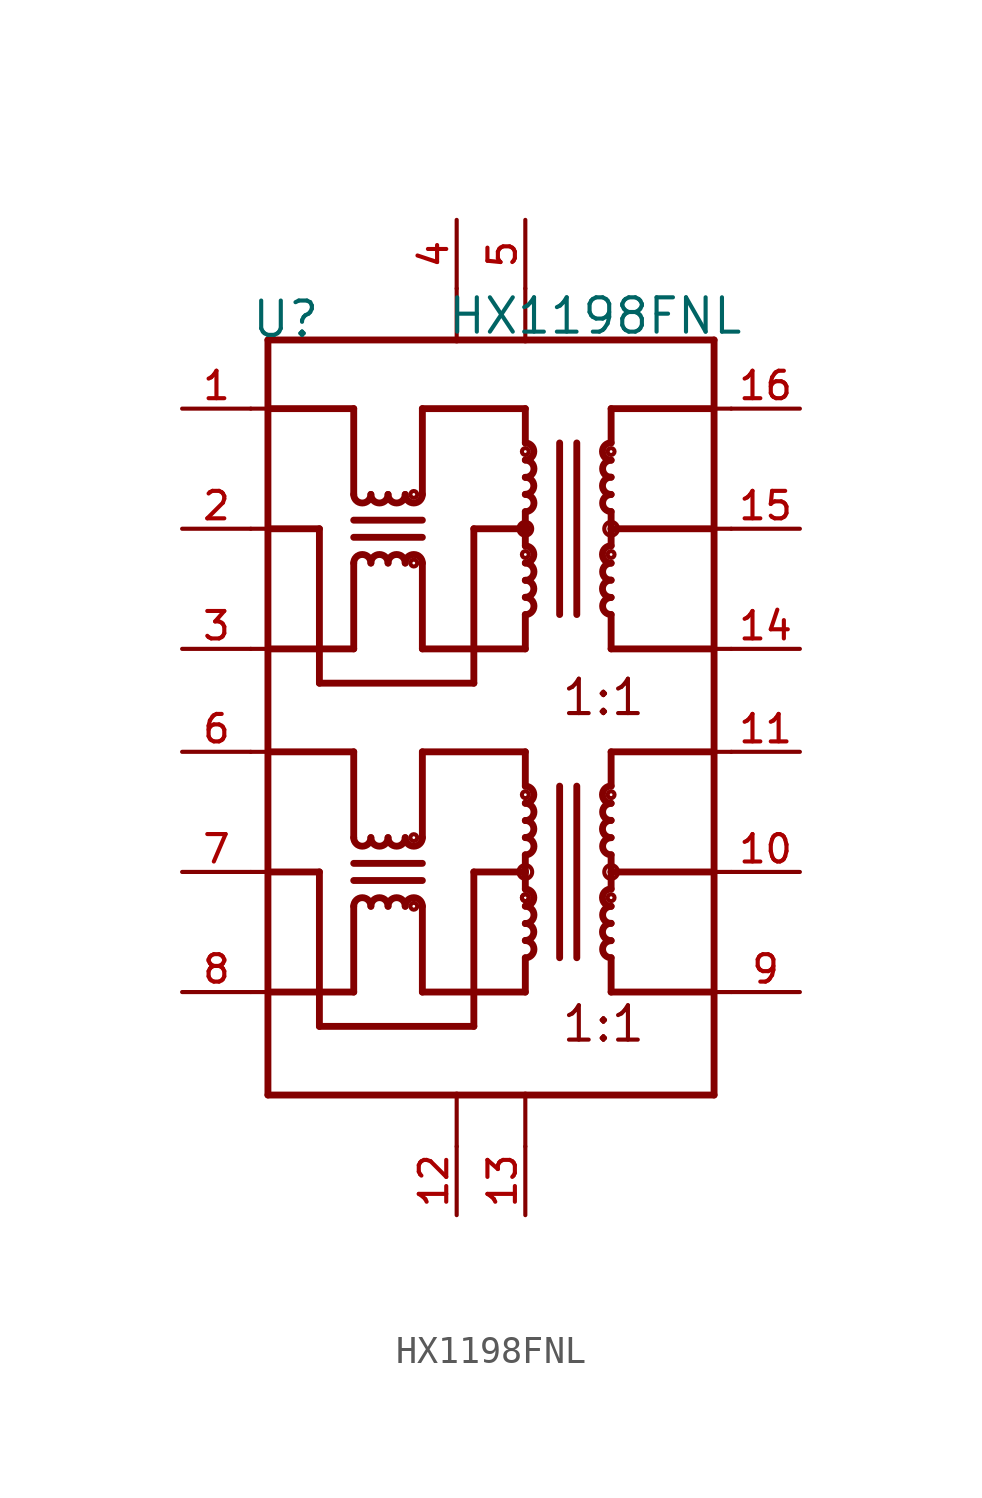
<source format=kicad_sym>
(kicad_symbol_lib
  (version 20211014)
  (generator kicad_symbol_editor)
  (symbol "HX1198FNL"
    (pin_names
      (offset 1.016))
    (property "Reference" "U"
      (at -8.907 13.996 0)
      (effects (font (size 1.27 1.27)) (justify bottom left)))
    (property "Value" "HX1198FNL"
      (at -1.653 14.116 0)
      (effects (font (size 1.27 1.27)) (justify bottom left)))
    (symbol "HX1198FNL_0_0"
      (polyline (pts (xy -8.255 13.97) (xy -1.27 13.97)) (stroke (width 0.254)))
      (polyline (pts (xy -1.27 13.97) (xy 1.27 13.97)) (stroke (width 0.254)))
      (polyline (pts (xy 1.27 13.97) (xy 8.255 13.97)) (stroke (width 0.254)))
      (polyline (pts (xy 8.255 13.97) (xy 8.255 11.43)) (stroke (width 0.254)))
      (polyline (pts (xy 8.255 11.43) (xy 8.255 6.985)) (stroke (width 0.254)))
      (polyline (pts (xy 8.255 6.985) (xy 8.255 2.54)) (stroke (width 0.254)))
      (polyline (pts (xy 8.255 2.54) (xy 8.255 -1.27)) (stroke (width 0.254)))
      (polyline (pts (xy 8.255 -1.27) (xy 8.255 -5.715)) (stroke (width 0.254)))
      (polyline (pts (xy 8.255 -5.715) (xy 8.255 -10.16)) (stroke (width 0.254)))
      (polyline (pts (xy 8.255 -10.16) (xy 8.255 -13.97)) (stroke (width 0.254)))
      (polyline (pts (xy 8.255 -13.97) (xy 1.27 -13.97)) (stroke (width 0.254)))
      (polyline (pts (xy 1.27 -13.97) (xy -1.27 -13.97)) (stroke (width 0.254)))
      (polyline (pts (xy -1.27 -13.97) (xy -8.255 -13.97)) (stroke (width 0.254)))
      (polyline (pts (xy -8.255 -13.97) (xy -8.255 -10.16)) (stroke (width 0.254)))
      (polyline (pts (xy -8.255 -10.16) (xy -8.255 -5.715)) (stroke (width 0.254)))
      (polyline (pts (xy -8.255 -5.715) (xy -8.255 -1.27)) (stroke (width 0.254)))
      (polyline (pts (xy -8.255 -1.27) (xy -8.255 2.54)) (stroke (width 0.254)))
      (polyline (pts (xy -8.255 2.54) (xy -8.255 6.985)) (stroke (width 0.254)))
      (polyline (pts (xy -8.255 6.985) (xy -8.255 11.43)) (stroke (width 0.254)))
      (polyline (pts (xy -8.255 11.43) (xy -8.255 13.97)) (stroke (width 0.254)))
      (polyline (pts (xy -8.255 11.43) (xy -5.08 11.43)) (stroke (width 0.254)))
      (polyline (pts (xy -5.08 11.43) (xy -5.08 8.255)) (stroke (width 0.254)))
      (arc (start -4.445 8.255) (mid -4.7625 7.9375) (end -5.08 8.255) (stroke (width 0.254) (type default) (color 0 0 0 0)) (fill (type none)))
      (arc (start -3.175 8.255) (mid -2.8575 7.9375) (end -2.54 8.255) (stroke (width 0.254) (type default) (color 0 0 0 0)) (fill (type none)))
      (arc (start -3.81 8.255) (mid -3.4925 7.9375) (end -3.175 8.255) (stroke (width 0.254) (type default) (color 0 0 0 0)) (fill (type none)))
      (arc (start -4.445 8.255) (mid -4.1275 7.9375) (end -3.81 8.255) (stroke (width 0.254) (type default) (color 0 0 0 0)) (fill (type none)))
      (polyline (pts (xy -2.54 8.255) (xy -2.54 11.43)) (stroke (width 0.254)))
      (polyline (pts (xy -2.54 11.43) (xy 1.27 11.43)) (stroke (width 0.254)))
      (polyline (pts (xy 1.27 11.43) (xy 1.27 10.16)) (stroke (width 0.254)))
      (arc (start 1.27 9.525) (mid 1.5875 9.8425) (end 1.27 10.16) (stroke (width 0.254) (type default) (color 0 0 0 0)) (fill (type none)))
      (arc (start 1.27 8.89) (mid 1.5875 9.2075) (end 1.27 9.525) (stroke (width 0.254) (type default) (color 0 0 0 0)) (fill (type none)))
      (arc (start 1.27 8.255) (mid 1.5875 8.5725) (end 1.27 8.89) (stroke (width 0.254) (type default) (color 0 0 0 0)) (fill (type none)))
      (arc (start 1.27 7.62) (mid 1.5875 7.9375) (end 1.27 8.255) (stroke (width 0.254) (type default) (color 0 0 0 0)) (fill (type none)))
      (polyline (pts (xy 1.27 7.62) (xy 1.27 6.985)) (stroke (width 0.254)))
      (polyline (pts (xy 1.27 6.985) (xy 1.27 6.35)) (stroke (width 0.254)))
      (arc (start 1.27 5.715) (mid 1.5875 6.0325) (end 1.27 6.35) (stroke (width 0.254) (type default) (color 0 0 0 0)) (fill (type none)))
      (arc (start 1.27 5.08) (mid 1.5875 5.3975) (end 1.27 5.715) (stroke (width 0.254) (type default) (color 0 0 0 0)) (fill (type none)))
      (arc (start 1.27 4.445) (mid 1.5875 4.7625) (end 1.27 5.08) (stroke (width 0.254) (type default) (color 0 0 0 0)) (fill (type none)))
      (arc (start 1.27 3.81) (mid 1.5875 4.1275) (end 1.27 4.445) (stroke (width 0.254) (type default) (color 0 0 0 0)) (fill (type none)))
      (polyline (pts (xy 1.27 3.81) (xy 1.27 2.54)) (stroke (width 0.254)))
      (polyline (pts (xy 1.27 6.985) (xy -0.635 6.985)) (stroke (width 0.254)))
      (polyline (pts (xy -0.635 6.985) (xy -0.635 1.27)) (stroke (width 0.254)))
      (polyline (pts (xy -0.635 1.27) (xy -6.35 1.27)) (stroke (width 0.254)))
      (polyline (pts (xy 1.27 2.54) (xy -2.54 2.54)) (stroke (width 0.254)))
      (polyline (pts (xy -2.54 7.303) (xy -5.08 7.303)) (stroke (width 0.254)))
      (polyline (pts (xy -2.54 6.668) (xy -5.08 6.668)) (stroke (width 0.254)))
      (polyline (pts (xy -2.54 2.54) (xy -2.54 5.715)) (stroke (width 0.254)))
      (arc (start -3.175 5.715) (mid -2.8575 6.0325) (end -2.54 5.715) (stroke (width 0.254) (type default) (color 0 0 0 0)) (fill (type none)))
      (arc (start -4.445 5.715) (mid -4.7625 6.0325) (end -5.08 5.715) (stroke (width 0.254) (type default) (color 0 0 0 0)) (fill (type none)))
      (arc (start -3.81 5.715) (mid -4.1275 6.0325) (end -4.445 5.715) (stroke (width 0.254) (type default) (color 0 0 0 0)) (fill (type none)))
      (arc (start -3.175 5.715) (mid -3.4925 6.0325) (end -3.81 5.715) (stroke (width 0.254) (type default) (color 0 0 0 0)) (fill (type none)))
      (polyline (pts (xy -5.08 5.715) (xy -5.08 2.54)) (stroke (width 0.254)))
      (polyline (pts (xy -5.08 2.54) (xy -8.255 2.54)) (stroke (width 0.254)))
      (polyline (pts (xy -6.35 1.27) (xy -6.35 6.985)) (stroke (width 0.254)))
      (polyline (pts (xy -6.35 6.985) (xy -8.255 6.985)) (stroke (width 0.254)))
      (polyline (pts (xy 2.54 10.16) (xy 2.54 3.81)) (stroke (width 0.254)))
      (polyline (pts (xy 3.175 10.16) (xy 3.175 3.81)) (stroke (width 0.254)))
      (polyline (pts (xy 4.445 2.54) (xy 4.445 3.81)) (stroke (width 0.254)))
      (arc (start 4.445 4.445) (mid 4.1275 4.1275) (end 4.445 3.81) (stroke (width 0.254) (type default) (color 0 0 0 0)) (fill (type none)))
      (arc (start 4.445 5.08) (mid 4.1275 4.7625) (end 4.445 4.445) (stroke (width 0.254) (type default) (color 0 0 0 0)) (fill (type none)))
      (arc (start 4.445 5.715) (mid 4.1275 5.3975) (end 4.445 5.08) (stroke (width 0.254) (type default) (color 0 0 0 0)) (fill (type none)))
      (arc (start 4.445 6.35) (mid 4.1275 6.0325) (end 4.445 5.715) (stroke (width 0.254) (type default) (color 0 0 0 0)) (fill (type none)))
      (polyline (pts (xy 4.445 6.35) (xy 4.445 6.985)) (stroke (width 0.254)))
      (polyline (pts (xy 4.445 6.985) (xy 4.445 7.62)) (stroke (width 0.254)))
      (arc (start 4.445 8.255) (mid 4.1275 7.9375) (end 4.445 7.62) (stroke (width 0.254) (type default) (color 0 0 0 0)) (fill (type none)))
      (arc (start 4.445 8.89) (mid 4.1275 8.5725) (end 4.445 8.255) (stroke (width 0.254) (type default) (color 0 0 0 0)) (fill (type none)))
      (arc (start 4.445 9.525) (mid 4.1275 9.2075) (end 4.445 8.89) (stroke (width 0.254) (type default) (color 0 0 0 0)) (fill (type none)))
      (arc (start 4.445 10.16) (mid 4.1275 9.8425) (end 4.445 9.525) (stroke (width 0.254) (type default) (color 0 0 0 0)) (fill (type none)))
      (polyline (pts (xy 4.445 10.16) (xy 4.445 11.43)) (stroke (width 0.254)))
      (polyline (pts (xy 4.445 11.43) (xy 8.255 11.43)) (stroke (width 0.254)))
      (polyline (pts (xy 4.445 6.985) (xy 8.255 6.985)) (stroke (width 0.254)))
      (polyline (pts (xy -8.255 -1.27) (xy -5.08 -1.27)) (stroke (width 0.254)))
      (polyline (pts (xy -5.08 -1.27) (xy -5.08 -4.445)) (stroke (width 0.254)))
      (arc (start -4.445 -4.445) (mid -4.7625 -4.7625) (end -5.08 -4.445) (stroke (width 0.254) (type default) (color 0 0 0 0)) (fill (type none)))
      (arc (start -3.175 -4.445) (mid -2.8575 -4.7625) (end -2.54 -4.445) (stroke (width 0.254) (type default) (color 0 0 0 0)) (fill (type none)))
      (arc (start -3.81 -4.445) (mid -3.4925 -4.7625) (end -3.175 -4.445) (stroke (width 0.254) (type default) (color 0 0 0 0)) (fill (type none)))
      (arc (start -4.445 -4.445) (mid -4.1275 -4.7625) (end -3.81 -4.445) (stroke (width 0.254) (type default) (color 0 0 0 0)) (fill (type none)))
      (polyline (pts (xy -2.54 -4.445) (xy -2.54 -1.27)) (stroke (width 0.254)))
      (polyline (pts (xy -2.54 -1.27) (xy 1.27 -1.27)) (stroke (width 0.254)))
      (polyline (pts (xy 1.27 -1.27) (xy 1.27 -2.54)) (stroke (width 0.254)))
      (arc (start 1.27 -3.175) (mid 1.5875 -2.8575) (end 1.27 -2.54) (stroke (width 0.254) (type default) (color 0 0 0 0)) (fill (type none)))
      (arc (start 1.27 -3.81) (mid 1.5875 -3.4925) (end 1.27 -3.175) (stroke (width 0.254) (type default) (color 0 0 0 0)) (fill (type none)))
      (arc (start 1.27 -4.445) (mid 1.5875 -4.1275) (end 1.27 -3.81) (stroke (width 0.254) (type default) (color 0 0 0 0)) (fill (type none)))
      (arc (start 1.27 -5.08) (mid 1.5875 -4.7625) (end 1.27 -4.445) (stroke (width 0.254) (type default) (color 0 0 0 0)) (fill (type none)))
      (polyline (pts (xy 1.27 -5.08) (xy 1.27 -5.715)) (stroke (width 0.254)))
      (polyline (pts (xy 1.27 -5.715) (xy 1.27 -6.35)) (stroke (width 0.254)))
      (arc (start 1.27 -6.985) (mid 1.5875 -6.6675) (end 1.27 -6.35) (stroke (width 0.254) (type default) (color 0 0 0 0)) (fill (type none)))
      (arc (start 1.27 -7.62) (mid 1.5875 -7.3025) (end 1.27 -6.985) (stroke (width 0.254) (type default) (color 0 0 0 0)) (fill (type none)))
      (arc (start 1.27 -8.255) (mid 1.5875 -7.9375) (end 1.27 -7.62) (stroke (width 0.254) (type default) (color 0 0 0 0)) (fill (type none)))
      (arc (start 1.27 -8.89) (mid 1.5875 -8.5725) (end 1.27 -8.255) (stroke (width 0.254) (type default) (color 0 0 0 0)) (fill (type none)))
      (polyline (pts (xy 1.27 -8.89) (xy 1.27 -10.16)) (stroke (width 0.254)))
      (polyline (pts (xy 1.27 -5.715) (xy -0.635 -5.715)) (stroke (width 0.254)))
      (polyline (pts (xy -0.635 -5.715) (xy -0.635 -11.43)) (stroke (width 0.254)))
      (polyline (pts (xy -0.635 -11.43) (xy -6.35 -11.43)) (stroke (width 0.254)))
      (polyline (pts (xy 1.27 -10.16) (xy -2.54 -10.16)) (stroke (width 0.254)))
      (polyline (pts (xy -2.54 -5.397) (xy -5.08 -5.397)) (stroke (width 0.254)))
      (polyline (pts (xy -2.54 -6.032) (xy -5.08 -6.032)) (stroke (width 0.254)))
      (polyline (pts (xy -2.54 -10.16) (xy -2.54 -6.985)) (stroke (width 0.254)))
      (arc (start -3.175 -6.985) (mid -2.8575 -6.6675) (end -2.54 -6.985) (stroke (width 0.254) (type default) (color 0 0 0 0)) (fill (type none)))
      (arc (start -4.445 -6.985) (mid -4.7625 -6.6675) (end -5.08 -6.985) (stroke (width 0.254) (type default) (color 0 0 0 0)) (fill (type none)))
      (arc (start -3.81 -6.985) (mid -4.1275 -6.6675) (end -4.445 -6.985) (stroke (width 0.254) (type default) (color 0 0 0 0)) (fill (type none)))
      (arc (start -3.175 -6.985) (mid -3.4925 -6.6675) (end -3.81 -6.985) (stroke (width 0.254) (type default) (color 0 0 0 0)) (fill (type none)))
      (polyline (pts (xy -5.08 -6.985) (xy -5.08 -10.16)) (stroke (width 0.254)))
      (polyline (pts (xy -5.08 -10.16) (xy -8.255 -10.16)) (stroke (width 0.254)))
      (polyline (pts (xy -6.35 -11.43) (xy -6.35 -5.715)) (stroke (width 0.254)))
      (polyline (pts (xy -6.35 -5.715) (xy -8.255 -5.715)) (stroke (width 0.254)))
      (polyline (pts (xy 2.54 -2.54) (xy 2.54 -8.89)) (stroke (width 0.254)))
      (polyline (pts (xy 3.175 -2.54) (xy 3.175 -8.89)) (stroke (width 0.254)))
      (polyline (pts (xy 8.255 -10.16) (xy 4.445 -10.16)) (stroke (width 0.254)))
      (polyline (pts (xy 4.445 -10.16) (xy 4.445 -8.89)) (stroke (width 0.254)))
      (arc (start 4.445 -8.255) (mid 4.1275 -8.5725) (end 4.445 -8.89) (stroke (width 0.254) (type default) (color 0 0 0 0)) (fill (type none)))
      (arc (start 4.445 -7.62) (mid 4.1275 -7.9375) (end 4.445 -8.255) (stroke (width 0.254) (type default) (color 0 0 0 0)) (fill (type none)))
      (arc (start 4.445 -6.985) (mid 4.1275 -7.3025) (end 4.445 -7.62) (stroke (width 0.254) (type default) (color 0 0 0 0)) (fill (type none)))
      (arc (start 4.445 -6.35) (mid 4.1275 -6.6675) (end 4.445 -6.985) (stroke (width 0.254) (type default) (color 0 0 0 0)) (fill (type none)))
      (polyline (pts (xy 4.445 -6.35) (xy 4.445 -5.715)) (stroke (width 0.254)))
      (polyline (pts (xy 4.445 -5.715) (xy 4.445 -5.08)) (stroke (width 0.254)))
      (arc (start 4.445 -4.445) (mid 4.1275 -4.7625) (end 4.445 -5.08) (stroke (width 0.254) (type default) (color 0 0 0 0)) (fill (type none)))
      (arc (start 4.445 -3.81) (mid 4.1275 -4.1275) (end 4.445 -4.445) (stroke (width 0.254) (type default) (color 0 0 0 0)) (fill (type none)))
      (arc (start 4.445 -3.175) (mid 4.1275 -3.4925) (end 4.445 -3.81) (stroke (width 0.254) (type default) (color 0 0 0 0)) (fill (type none)))
      (arc (start 4.445 -2.54) (mid 4.1275 -2.8575) (end 4.445 -3.175) (stroke (width 0.254) (type default) (color 0 0 0 0)) (fill (type none)))
      (polyline (pts (xy 4.445 -2.54) (xy 4.445 -1.27)) (stroke (width 0.254)))
      (polyline (pts (xy 4.445 -1.27) (xy 8.255 -1.27)) (stroke (width 0.254)))
      (polyline (pts (xy 4.445 -5.715) (xy 8.255 -5.715)) (stroke (width 0.254)))
      (polyline (pts (xy -8.89 11.43) (xy -8.255 11.43)) (stroke (width 0.152)))
      (polyline (pts (xy -8.89 6.985) (xy -8.255 6.985)) (stroke (width 0.152)))
      (polyline (pts (xy -8.89 2.54) (xy -8.255 2.54)) (stroke (width 0.152)))
      (polyline (pts (xy -8.89 -1.27) (xy -8.255 -1.27)) (stroke (width 0.152)))
      (polyline (pts (xy -8.89 -10.16) (xy -8.255 -10.16)) (stroke (width 0.152)))
      (polyline (pts (xy -8.89 -5.715) (xy -8.255 -5.715)) (stroke (width 0.152)))
      (polyline (pts (xy 8.255 -10.16) (xy 8.89 -10.16)) (stroke (width 0.152)))
      (polyline (pts (xy 8.255 -5.715) (xy 8.89 -5.715)) (stroke (width 0.152)))
      (polyline (pts (xy 8.255 -1.27) (xy 8.89 -1.27)) (stroke (width 0.152)))
      (polyline (pts (xy 8.255 2.54) (xy 8.89 2.54)) (stroke (width 0.152)))
      (polyline (pts (xy 8.255 6.985) (xy 8.89 6.985)) (stroke (width 0.152)))
      (polyline (pts (xy 8.255 11.43) (xy 8.89 11.43)) (stroke (width 0.152)))
      (polyline (pts (xy 8.255 2.54) (xy 4.445 2.54)) (stroke (width 0.254)))
      (circle (center -2.857 8.255) (radius 0.127) (stroke (width 0.0)) (fill (type none)))
      (circle (center -2.857 5.715) (radius 0.127) (stroke (width 0.0)) (fill (type none)))
      (circle (center 1.27 6.985) (radius 0.127) (stroke (width 0.0)) (fill (type none)))
      (circle (center 1.27 9.842) (radius 0.127) (stroke (width 0.0)) (fill (type none)))
      (circle (center 4.445 9.842) (radius 0.127) (stroke (width 0.0)) (fill (type none)))
      (circle (center 4.445 6.032) (radius 0.127) (stroke (width 0.0)) (fill (type none)))
      (circle (center 1.27 6.032) (radius 0.127) (stroke (width 0.0)) (fill (type none)))
      (circle (center -2.857 -4.445) (radius 0.127) (stroke (width 0.0)) (fill (type none)))
      (circle (center -2.857 -6.985) (radius 0.127) (stroke (width 0.0)) (fill (type none)))
      (circle (center 1.27 -2.857) (radius 0.127) (stroke (width 0.0)) (fill (type none)))
      (circle (center 4.445 -2.857) (radius 0.127) (stroke (width 0.0)) (fill (type none)))
      (circle (center 4.445 -6.668) (radius 0.127) (stroke (width 0.0)) (fill (type none)))
      (circle (center 1.27 -6.668) (radius 0.127) (stroke (width 0.0)) (fill (type none)))
      (circle (center 1.27 6.985) (radius 0.254) (stroke (width 0.0)) (fill (type none)))
      (circle (center 4.445 6.985) (radius 0.254) (stroke (width 0.0)) (fill (type none)))
      (circle (center 1.27 -5.715) (radius 0.254) (stroke (width 0.0)) (fill (type none)))
      (circle (center 1.27 -6.668) (radius 0.127) (stroke (width 0.0)) (fill (type none)))
      (circle (center 4.445 -5.715) (radius 0.254) (stroke (width 0.0)) (fill (type none)))
      (polyline (pts (xy -1.27 15.875) (xy -1.27 13.97)) (stroke (width 0.152)))
      (polyline (pts (xy 1.27 15.875) (xy 1.27 13.97)) (stroke (width 0.152)))
      (polyline (pts (xy -1.27 -15.875) (xy -1.27 -13.97)) (stroke (width 0.152)))
      (polyline (pts (xy 1.27 -15.875) (xy 1.27 -13.97)) (stroke (width 0.152)))
      (text "1:1" (at 2.544 0.0 0) (effects (font (size 1.272 1.272)) (justify bottom left)))
      (text "1:1" (at 2.544 -12.084 0) (effects (font (size 1.272 1.272)) (justify bottom left)))
      (pin bidirectional line (at -11.43 11.43 0) (length 2.54) (name "~" (effects (font (size 1.016 1.016)))) (number "1" (effects (font (size 1.016 1.016)))))
      (pin bidirectional line (at -11.43 6.985 0) (length 2.54) (name "~" (effects (font (size 1.016 1.016)))) (number "2" (effects (font (size 1.016 1.016)))))
      (pin bidirectional line (at -11.43 2.54 0) (length 2.54) (name "~" (effects (font (size 1.016 1.016)))) (number "3" (effects (font (size 1.016 1.016)))))
      (pin bidirectional line (at -1.27 18.415 270.0) (length 2.54) (name "~" (effects (font (size 1.016 1.016)))) (number "4" (effects (font (size 1.016 1.016)))))
      (pin bidirectional line (at 1.27 18.415 270.0) (length 2.54) (name "~" (effects (font (size 1.016 1.016)))) (number "5" (effects (font (size 1.016 1.016)))))
      (pin bidirectional line (at -11.43 -1.27 0) (length 2.54) (name "~" (effects (font (size 1.016 1.016)))) (number "6" (effects (font (size 1.016 1.016)))))
      (pin bidirectional line (at -11.43 -5.715 0) (length 2.54) (name "~" (effects (font (size 1.016 1.016)))) (number "7" (effects (font (size 1.016 1.016)))))
      (pin bidirectional line (at -11.43 -10.16 0) (length 2.54) (name "~" (effects (font (size 1.016 1.016)))) (number "8" (effects (font (size 1.016 1.016)))))
      (pin bidirectional line (at 11.43 -10.16 180.0) (length 2.54) (name "~" (effects (font (size 1.016 1.016)))) (number "9" (effects (font (size 1.016 1.016)))))
      (pin bidirectional line (at 11.43 -5.715 180.0) (length 2.54) (name "~" (effects (font (size 1.016 1.016)))) (number "10" (effects (font (size 1.016 1.016)))))
      (pin bidirectional line (at 11.43 -1.27 180.0) (length 2.54) (name "~" (effects (font (size 1.016 1.016)))) (number "11" (effects (font (size 1.016 1.016)))))
      (pin bidirectional line (at -1.27 -18.415 90.0) (length 2.54) (name "~" (effects (font (size 1.016 1.016)))) (number "12" (effects (font (size 1.016 1.016)))))
      (pin bidirectional line (at 1.27 -18.415 90.0) (length 2.54) (name "~" (effects (font (size 1.016 1.016)))) (number "13" (effects (font (size 1.016 1.016)))))
      (pin bidirectional line (at 11.43 2.54 180.0) (length 2.54) (name "~" (effects (font (size 1.016 1.016)))) (number "14" (effects (font (size 1.016 1.016)))))
      (pin bidirectional line (at 11.43 6.985 180.0) (length 2.54) (name "~" (effects (font (size 1.016 1.016)))) (number "15" (effects (font (size 1.016 1.016)))))
      (pin bidirectional line (at 11.43 11.43 180.0) (length 2.54) (name "~" (effects (font (size 1.016 1.016)))) (number "16" (effects (font (size 1.016 1.016))))))))
</source>
